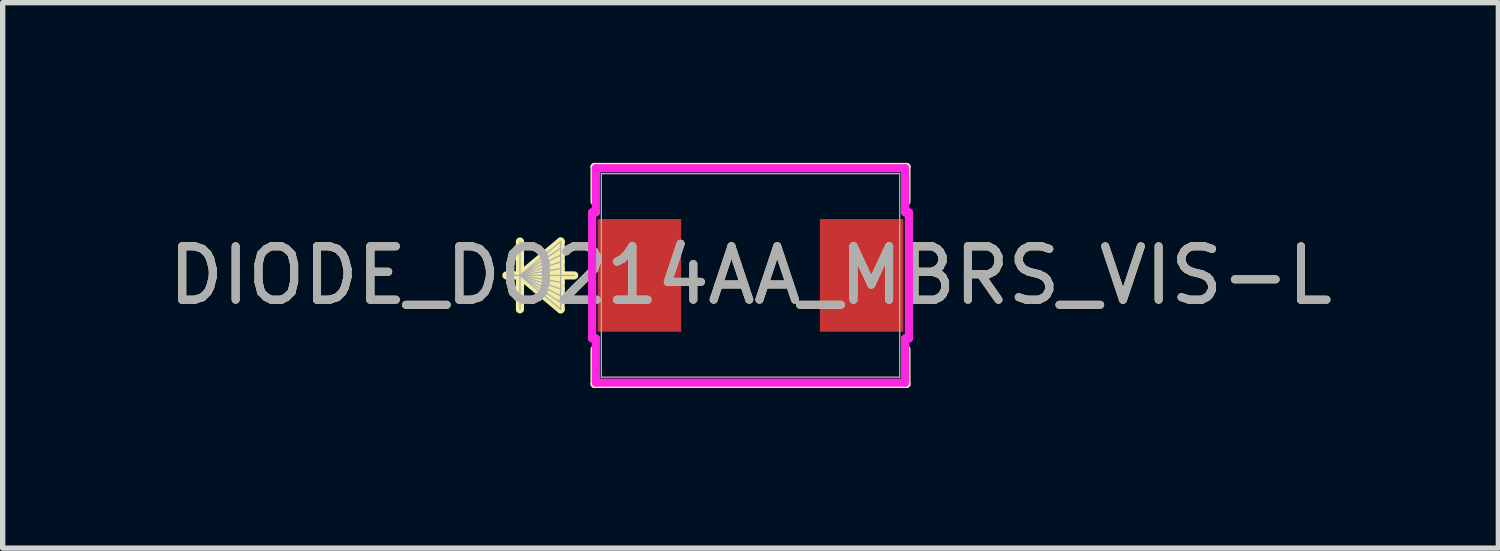
<source format=kicad_pcb>
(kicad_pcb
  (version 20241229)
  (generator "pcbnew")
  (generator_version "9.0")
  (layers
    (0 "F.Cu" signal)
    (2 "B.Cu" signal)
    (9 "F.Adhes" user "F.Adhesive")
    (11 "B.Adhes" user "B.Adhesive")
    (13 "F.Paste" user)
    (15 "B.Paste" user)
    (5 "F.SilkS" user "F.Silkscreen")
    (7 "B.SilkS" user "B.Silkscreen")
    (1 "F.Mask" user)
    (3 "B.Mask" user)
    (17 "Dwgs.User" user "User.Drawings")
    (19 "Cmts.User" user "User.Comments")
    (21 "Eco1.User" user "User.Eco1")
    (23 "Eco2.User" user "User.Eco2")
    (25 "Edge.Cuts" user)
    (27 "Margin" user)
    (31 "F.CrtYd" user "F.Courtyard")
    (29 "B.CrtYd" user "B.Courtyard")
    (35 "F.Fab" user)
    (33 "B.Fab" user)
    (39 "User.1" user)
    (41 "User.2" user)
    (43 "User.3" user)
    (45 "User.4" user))
  (footprint "DIODE_DO214AA_MBRS_VIS-L"
    (layer "F.Cu")
    (at 11.006 2.108)
    (property "Reference" "DIODE_DO214AA_MBRS_VIS-L" (at 0 0 0) (unlocked yes) (layer "F.SilkS") (effects (font (size 1 1) (thickness 0.15))))
    (attr smd)
    (fp_line (start -4.318 -0.635) (end -4.318 0.635) (stroke (width 0.152) (type solid)) (layer "F.SilkS"))
    (fp_line (start -4.318 0) (end -3.556 -0.635) (stroke (width 0.152) (type solid)) (layer "F.SilkS"))
    (fp_line (start -4.318 0) (end -3.556 -0.508) (stroke (width 0.152) (type solid)) (layer "F.SilkS"))
    (fp_line (start -4.318 0) (end -3.556 -0.381) (stroke (width 0.152) (type solid)) (layer "F.SilkS"))
    (fp_line (start -4.318 0) (end -3.556 -0.254) (stroke (width 0.152) (type solid)) (layer "F.SilkS"))
    (fp_line (start -4.318 0) (end -3.556 -0.127) (stroke (width 0.152) (type solid)) (layer "F.SilkS"))
    (fp_line (start -4.318 0) (end -3.556 0.127) (stroke (width 0.152) (type solid)) (layer "F.SilkS"))
    (fp_line (start -4.318 0) (end -3.556 0.254) (stroke (width 0.152) (type solid)) (layer "F.SilkS"))
    (fp_line (start -4.318 0) (end -3.556 0.381) (stroke (width 0.152) (type solid)) (layer "F.SilkS"))
    (fp_line (start -4.318 0) (end -3.556 0.508) (stroke (width 0.152) (type solid)) (layer "F.SilkS"))
    (fp_line (start -4.318 0) (end -3.556 0.635) (stroke (width 0.152) (type solid)) (layer "F.SilkS"))
    (fp_line (start -3.556 -0.635) (end -3.556 0.635) (stroke (width 0.152) (type solid)) (layer "F.SilkS"))
    (fp_line (start -3.302 0) (end -4.572 0) (stroke (width 0.152) (type solid)) (layer "F.SilkS"))
    (fp_line (start -2.921 -2.032) (end -2.921 -1.382) (stroke (width 0.152) (type solid)) (layer "F.SilkS"))
    (fp_line (start -2.921 1.382) (end -2.921 2.032) (stroke (width 0.152) (type solid)) (layer "F.SilkS"))
    (fp_line (start -2.921 2.032) (end 2.921 2.032) (stroke (width 0.152) (type solid)) (layer "F.SilkS"))
    (fp_line (start 2.921 -2.032) (end -2.921 -2.032) (stroke (width 0.152) (type solid)) (layer "F.SilkS"))
    (fp_line (start 2.921 -1.382) (end 2.921 -2.032) (stroke (width 0.152) (type solid)) (layer "F.SilkS"))
    (fp_line (start 2.921 2.032) (end 2.921 1.382) (stroke (width 0.152) (type solid)) (layer "F.SilkS"))
    (fp_line (start -2.966 -1.181) (end -2.896 -1.181) (stroke (width 0.152) (type solid)) (layer "F.CrtYd"))
    (fp_line (start -2.966 1.181) (end -2.966 -1.181) (stroke (width 0.152) (type solid)) (layer "F.CrtYd"))
    (fp_line (start -2.896 -2.007) (end 2.896 -2.007) (stroke (width 0.152) (type solid)) (layer "F.CrtYd"))
    (fp_line (start -2.896 -1.181) (end -2.896 -2.007) (stroke (width 0.152) (type solid)) (layer "F.CrtYd"))
    (fp_line (start -2.896 1.181) (end -2.966 1.181) (stroke (width 0.152) (type solid)) (layer "F.CrtYd"))
    (fp_line (start -2.896 2.007) (end -2.896 1.181) (stroke (width 0.152) (type solid)) (layer "F.CrtYd"))
    (fp_line (start 2.896 -2.007) (end 2.896 -1.181) (stroke (width 0.152) (type solid)) (layer "F.CrtYd"))
    (fp_line (start 2.896 -1.181) (end 2.966 -1.181) (stroke (width 0.152) (type solid)) (layer "F.CrtYd"))
    (fp_line (start 2.896 1.181) (end 2.896 2.007) (stroke (width 0.152) (type solid)) (layer "F.CrtYd"))
    (fp_line (start 2.896 2.007) (end -2.896 2.007) (stroke (width 0.152) (type solid)) (layer "F.CrtYd"))
    (fp_line (start 2.966 -1.181) (end 2.966 1.181) (stroke (width 0.152) (type solid)) (layer "F.CrtYd"))
    (fp_line (start 2.966 1.181) (end 2.896 1.181) (stroke (width 0.152) (type solid)) (layer "F.CrtYd"))
    (fp_line (start -4.318 -0.635) (end -4.318 0.635) (stroke (width 0.025) (type solid)) (layer "F.Fab"))
    (fp_line (start -4.318 0) (end -3.556 -0.635) (stroke (width 0.025) (type solid)) (layer "F.Fab"))
    (fp_line (start -4.318 0) (end -3.556 -0.508) (stroke (width 0.025) (type solid)) (layer "F.Fab"))
    (fp_line (start -4.318 0) (end -3.556 -0.381) (stroke (width 0.025) (type solid)) (layer "F.Fab"))
    (fp_line (start -4.318 0) (end -3.556 -0.254) (stroke (width 0.025) (type solid)) (layer "F.Fab"))
    (fp_line (start -4.318 0) (end -3.556 -0.127) (stroke (width 0.025) (type solid)) (layer "F.Fab"))
    (fp_line (start -4.318 0) (end -3.556 0.127) (stroke (width 0.025) (type solid)) (layer "F.Fab"))
    (fp_line (start -4.318 0) (end -3.556 0.254) (stroke (width 0.025) (type solid)) (layer "F.Fab"))
    (fp_line (start -4.318 0) (end -3.556 0.381) (stroke (width 0.025) (type solid)) (layer "F.Fab"))
    (fp_line (start -4.318 0) (end -3.556 0.508) (stroke (width 0.025) (type solid)) (layer "F.Fab"))
    (fp_line (start -4.318 0) (end -3.556 0.635) (stroke (width 0.025) (type solid)) (layer "F.Fab"))
    (fp_line (start -3.556 -0.635) (end -3.556 0.635) (stroke (width 0.025) (type solid)) (layer "F.Fab"))
    (fp_line (start -3.302 0) (end -4.572 0) (stroke (width 0.025) (type solid)) (layer "F.Fab"))
    (fp_line (start -2.794 -1.905) (end -2.794 1.905) (stroke (width 0.025) (type solid)) (layer "F.Fab"))
    (fp_line (start -2.794 1.905) (end 2.794 1.905) (stroke (width 0.025) (type solid)) (layer "F.Fab"))
    (fp_line (start 2.794 -1.905) (end -2.794 -1.905) (stroke (width 0.025) (type solid)) (layer "F.Fab"))
    (fp_line (start 2.794 1.905) (end 2.794 -1.905) (stroke (width 0.025) (type solid)) (layer "F.Fab"))
    (fp_text user "${REFERENCE}" (at 0 0 0) (unlocked yes) (layer "F.Fab") (effects (font (size 1 1) (thickness 0.15))))
    (pad "1" smd rect (at -2.081 0 90) (size 2.109 1.565) (layers "F.Cu" "F.Mask" "F.Paste"))
    (pad "2" smd rect (at 2.081 0 90) (size 2.109 1.565) (layers "F.Cu" "F.Mask" "F.Paste"))
    (zone (net_name "") (layer "F.Cu") (hatch full 0.508) (connect_pads) (min_thickness 0.254) (filled_areas_thickness no) (keepout (tracks not_allowed) (vias not_allowed) (pads allowed) (copperpour not_allowed) (footprints allowed)) (placement (enabled no)) (fill) (polygon (pts (xy 8.263 0.254) (xy 13.749 0.254) (xy 13.749 0.978) (xy 8.263 0.978))))
    (zone (net_name "") (layer "F.Cu") (hatch full 0.508) (connect_pads) (min_thickness 0.254) (filled_areas_thickness no) (keepout (tracks not_allowed) (vias not_allowed) (pads allowed) (copperpour not_allowed) (footprints allowed)) (placement (enabled no)) (fill) (polygon (pts (xy 8.263 3.239) (xy 13.749 3.239) (xy 13.749 3.962) (xy 8.263 3.962))))
    (zone (net_name "") (layer "F.Cu") (hatch full 0.508) (connect_pads) (min_thickness 0.254) (filled_areas_thickness no) (keepout (tracks not_allowed) (vias not_allowed) (pads allowed) (copperpour not_allowed) (footprints allowed)) (placement (enabled no)) (fill) (polygon (pts (xy 9.758 0.978) (xy 12.254 0.978) (xy 12.254 3.239) (xy 9.758 3.239)))))
  (gr_rect
    (start -3 -3)
    (end 25.012 7.216)
    (stroke (width 0.1) (type default))
    (fill no)
    (layer "Edge.Cuts")))
</source>
